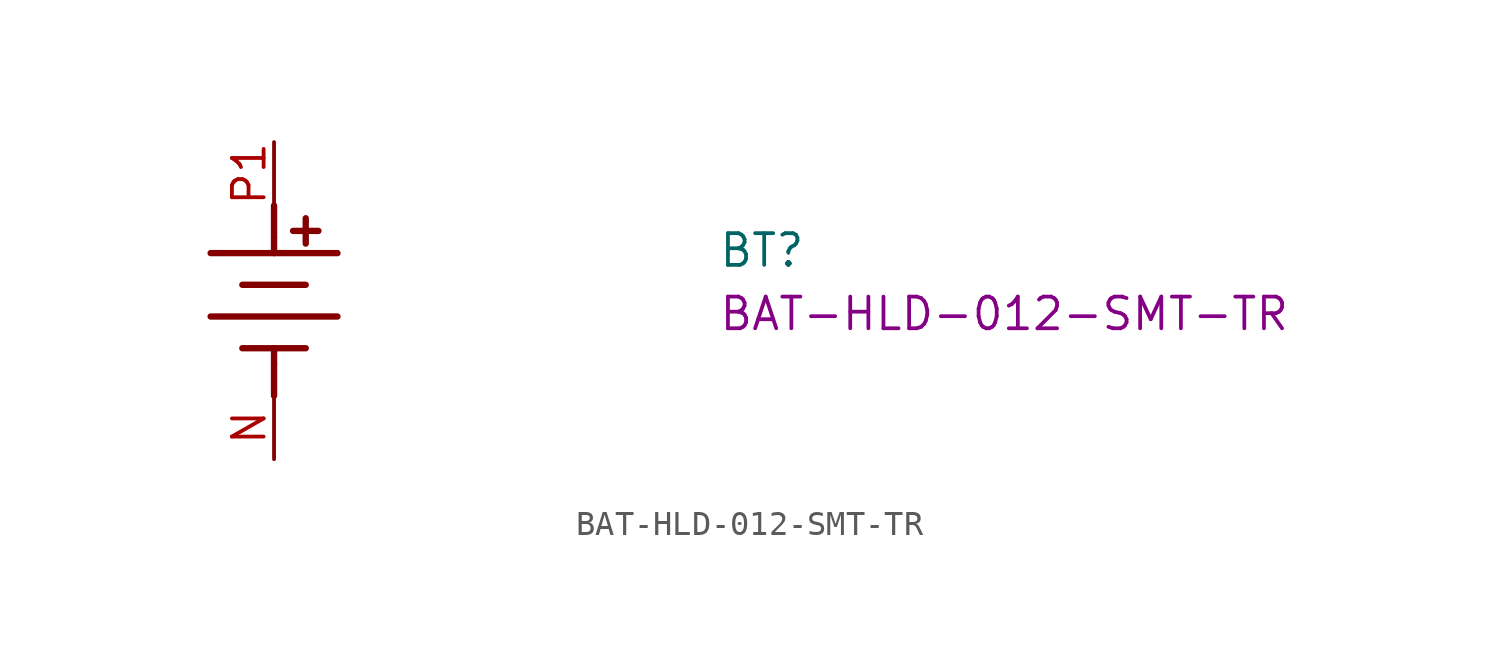
<source format=kicad_sym>
(kicad_symbol_lib
  (version 20220914)
  (generator kicad_symbol_editor)
  (symbol "BAT-HLD-012-SMT-TR"
    (property "Reference" "BT"
      (at 17.78 -5.08 0)
      (effects (font (size 1.27 1.27) (thickness 0.15)) (justify left bottom)))
    (property "MPN" "BAT-HLD-012-SMT-TR"
      (at 17.78 -7.62 0)
      (effects (font (size 1.27 1.27) (thickness 0.15)) (justify left bottom)))
    (symbol "BAT-HLD-012-SMT-TR_1_1"
      (polyline (pts (xy 0 -8.89) (xy 0 -10.16)) (stroke (width 0.254) (type default)) (fill (type background)))
      (polyline (pts (xy 0 -8.89) (xy 0 -8.255)) (stroke (width 0.254) (type default)) (fill (type background)))
      (polyline (pts (xy 0 -4.445) (xy 0 -3.81)) (stroke (width 0.254) (type default)) (fill (type background)))
      (polyline (pts (xy 0 -2.54) (xy 0 -3.81)) (stroke (width 0.254) (type default)) (fill (type background)))
      (polyline (pts (xy 1.27 -8.255) (xy -1.27 -8.255)) (stroke (width 0.254) (type default)) (fill (type background)))
      (polyline (pts (xy 1.27 -5.715) (xy -1.27 -5.715)) (stroke (width 0.254) (type default)) (fill (type background)))
      (polyline (pts (xy 1.27 -4.064) (xy 1.27 -3.048)) (stroke (width 0.254) (type default)) (fill (type background)))
      (polyline (pts (xy 1.778 -3.556) (xy 0.762 -3.556)) (stroke (width 0.254) (type default)) (fill (type background)))
      (polyline (pts (xy 2.54 -6.985) (xy -2.54 -6.985)) (stroke (width 0.254) (type default)) (fill (type background)))
      (polyline (pts (xy 2.54 -4.445) (xy -2.54 -4.445)) (stroke (width 0.254) (type default)) (fill (type background)))
      (pin power_out line (at 0 -12.7 90) (length 2.54) (name "~" (effects (font (size 1.27 1.27)))) (number "N" (effects (font (size 1.27 1.27)))))
      (pin power_out line (at 0 0 270) (length 2.54) (name "~" (effects (font (size 1.27 1.27)))) (number "P1" (effects (font (size 1.27 1.27)))))
      (pin passive line (at 0 0 270) (length 2.54) hide (name "~" (effects (font (size 1.27 1.27)))) (number "P2" (effects (font (size 1.27 1.27))))))))
</source>
